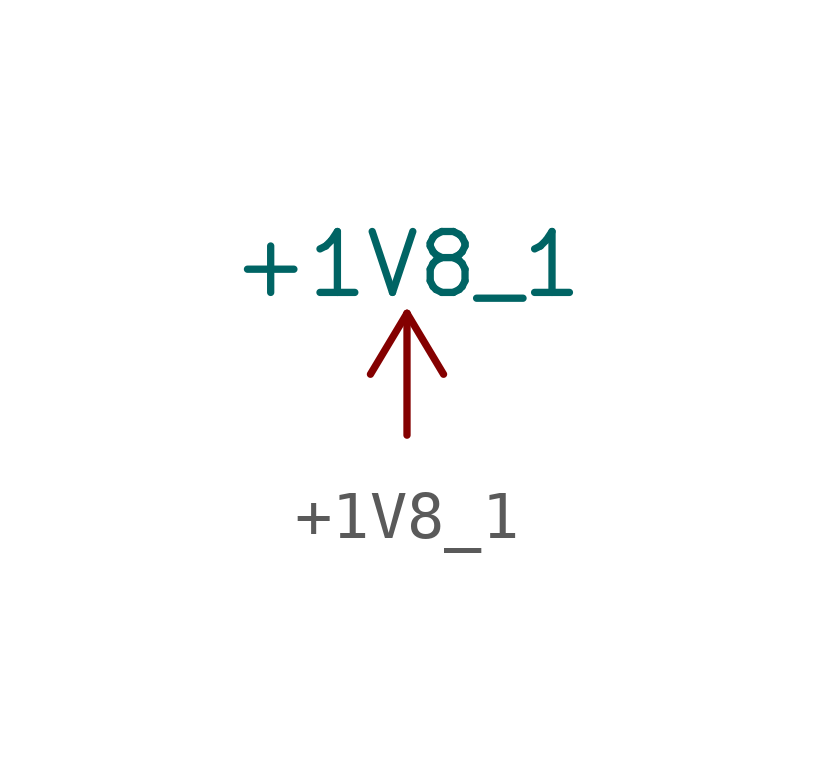
<source format=kicad_sym>
(kicad_symbol_lib
  (version 20231120)
  (generator "kicad_symbol_editor")
  (generator_version "8.0")
  (symbol "+1V8_1"
    (power)
    (pin_names
      (offset 0))
    (property "Reference" "#PWR"
      (at 0 -3.81 0)
      (effects (font (size 1.27 1.27)) (hide yes)))
    (property "Value" "+1V8_1"
      (at 0 3.556 0)
      (effects (font (size 1.27 1.27))))
    (symbol "+1V8_1_0_1"
      (polyline (pts (xy -0.762 1.27) (xy 0 2.54)) (stroke (width 0) (type default)) (fill (type none)))
      (polyline (pts (xy 0 0) (xy 0 2.54)) (stroke (width 0) (type default)) (fill (type none)))
      (polyline (pts (xy 0 2.54) (xy 0.762 1.27)) (stroke (width 0) (type default)) (fill (type none))))
    (symbol "+1V8_1_1_1"
      (pin power_in line (at 0 0 90) (length 0) hide (name "+1V8_1" (effects (font (size 1.27 1.27)))) (number "1" (effects (font (size 1.27 1.27))))))))
</source>
